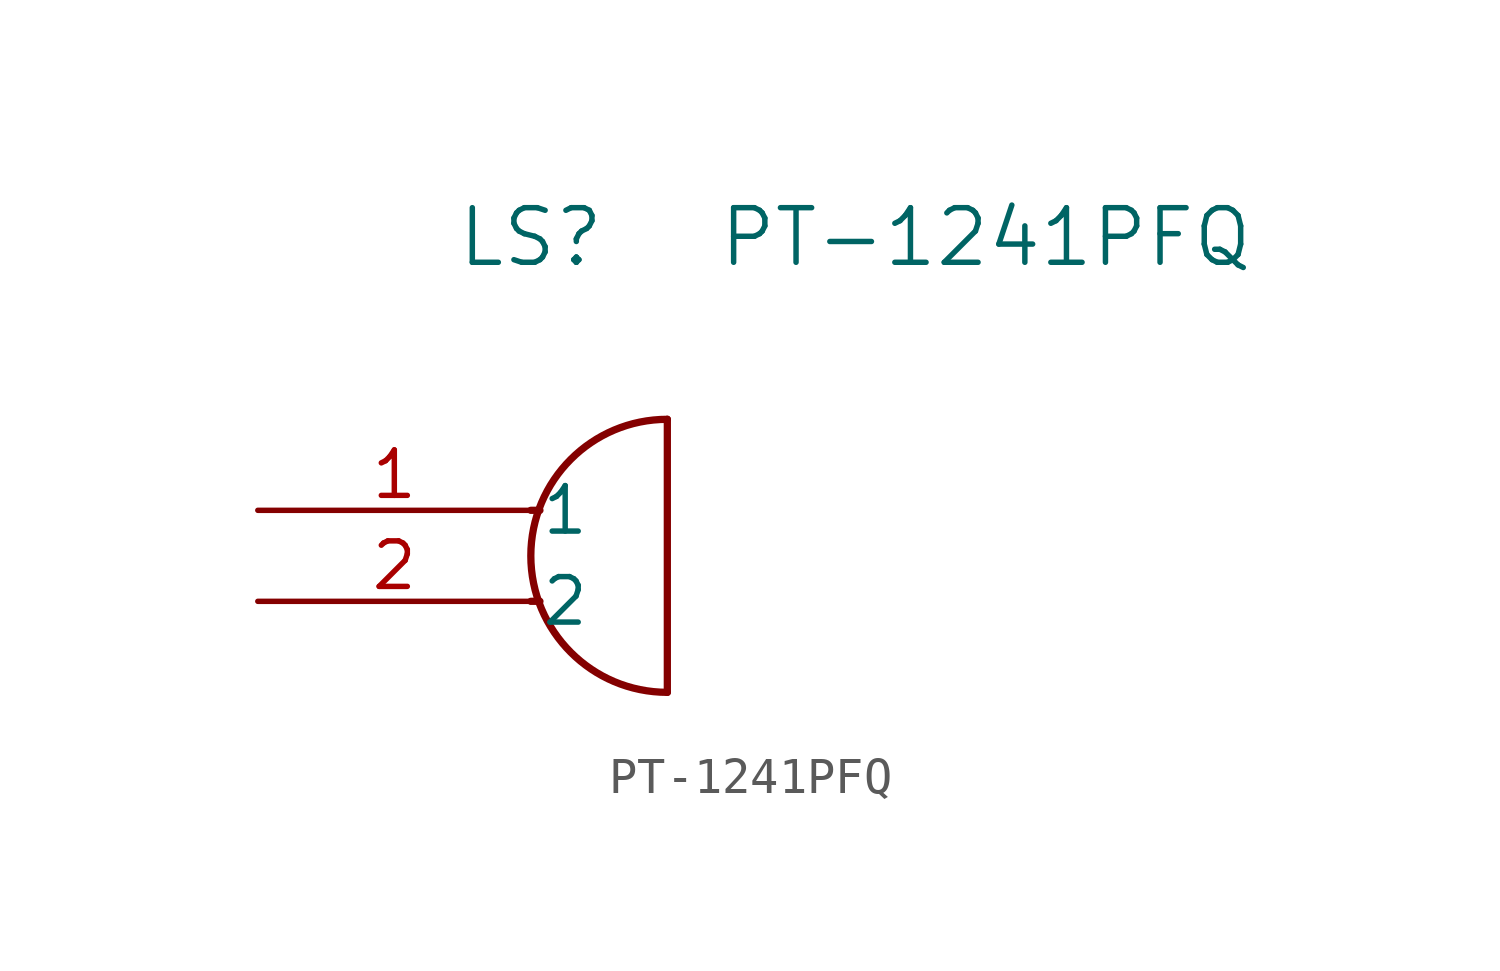
<source format=kicad_sym>
(kicad_symbol_lib
  (version 20220914)
  (generator kicad_symbol_editor)
  (symbol "PT-1241PFQ"
    (pin_names
      (offset 0.254))
    (property "Reference" "LS"
      (at 7.62 7.62 0)
      (effects (font (size 1.524 1.524))))
    (property "Value" "PT-1241PFQ"
      (at 20.32 7.62 0)
      (effects (font (size 1.524 1.524))))
    (symbol "PT-1241PFQ_0_1"
      (polyline (pts (xy 7.62 -2.54) (xy 7.874 -2.54)) (stroke (width 0.203) (type default)) (fill (type none)))
      (polyline (pts (xy 7.62 0) (xy 7.874 0)) (stroke (width 0.203) (type default)) (fill (type none)))
      (polyline (pts (xy 11.43 2.54) (xy 11.43 -5.08)) (stroke (width 0.203) (type default)) (fill (type none)))
      (arc (start 11.43 2.54) (mid 7.6366 -1.27) (end 11.43 -5.08) (stroke (width 0.2032) (type default)) (fill (type none)))
      (pin unspecified line (at 0 0 0) (length 7.62) (name "1" (effects (font (size 1.27 1.27)))) (number "1" (effects (font (size 1.27 1.27)))))
      (pin unspecified line (at 0 -2.54 0) (length 7.62) (name "2" (effects (font (size 1.27 1.27)))) (number "2" (effects (font (size 1.27 1.27))))))))
</source>
